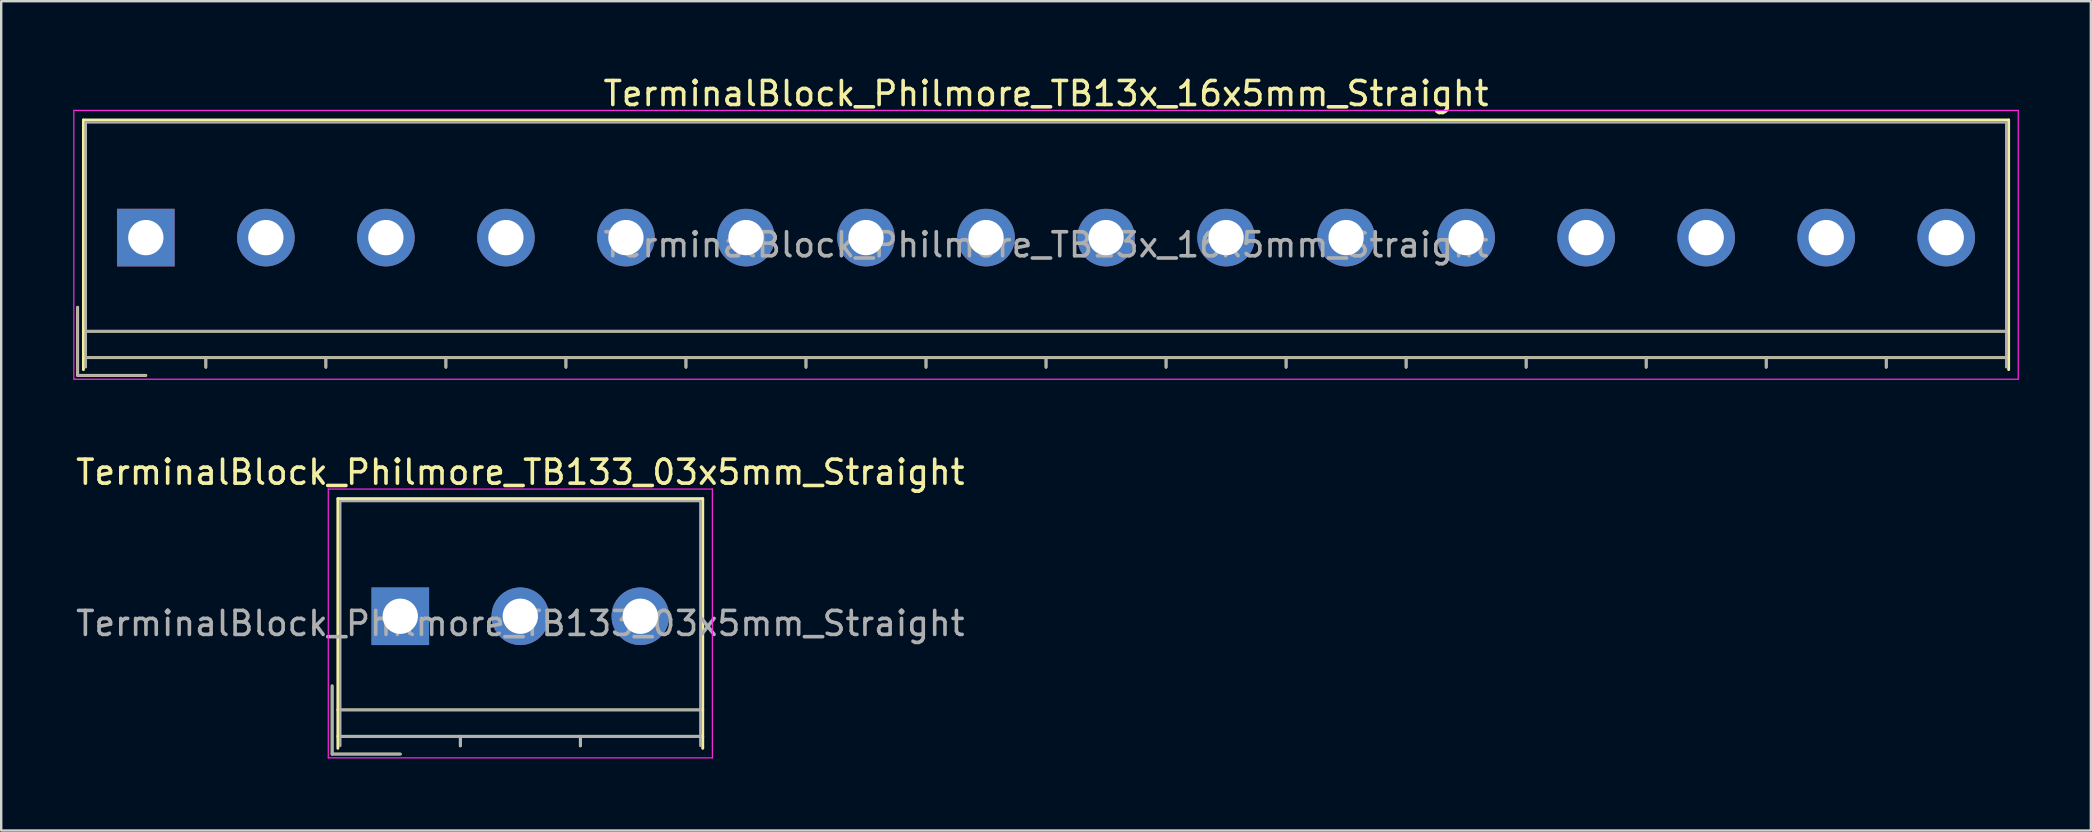
<source format=kicad_pcb>
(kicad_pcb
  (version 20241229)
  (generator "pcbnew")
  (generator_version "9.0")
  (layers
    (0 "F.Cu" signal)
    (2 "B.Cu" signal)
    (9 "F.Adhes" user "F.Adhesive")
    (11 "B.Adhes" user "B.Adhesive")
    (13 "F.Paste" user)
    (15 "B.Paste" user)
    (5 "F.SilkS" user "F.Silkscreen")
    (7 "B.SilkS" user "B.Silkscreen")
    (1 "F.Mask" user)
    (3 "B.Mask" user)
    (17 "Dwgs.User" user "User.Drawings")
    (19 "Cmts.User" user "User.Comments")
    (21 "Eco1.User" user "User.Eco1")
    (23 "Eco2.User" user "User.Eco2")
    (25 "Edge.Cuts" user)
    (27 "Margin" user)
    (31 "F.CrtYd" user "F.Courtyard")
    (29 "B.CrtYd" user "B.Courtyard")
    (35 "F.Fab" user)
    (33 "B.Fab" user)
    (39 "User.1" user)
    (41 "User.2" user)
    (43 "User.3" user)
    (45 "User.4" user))
  (footprint "TerminalBlock_Philmore_TB133_03x5mm_Straight"
    (layer "F.Cu")
    (at 13.625 22.622)
    (property "Reference" "TerminalBlock_Philmore_TB133_03x5mm_Straight" (at 5 -6 0) (layer "F.SilkS") (effects (font (size 1 1) (thickness 0.15))))
    (attr through_hole)
    (fp_line (start -2.84 2.9) (end -2.84 5.74) (stroke (width 0.12) (type solid)) (layer "F.SilkS"))
    (fp_line (start -2.84 5.74) (end 0 5.74) (stroke (width 0.12) (type solid)) (layer "F.SilkS"))
    (fp_line (start -2.6 -4.9) (end 12.6 -4.9) (stroke (width 0.12) (type solid)) (layer "F.SilkS"))
    (fp_line (start -2.6 3.9) (end 12.6 3.9) (stroke (width 0.12) (type solid)) (layer "F.SilkS"))
    (fp_line (start -2.6 5) (end 12.6 5) (stroke (width 0.12) (type solid)) (layer "F.SilkS"))
    (fp_line (start -2.6 5.5) (end -2.6 -4.9) (stroke (width 0.12) (type solid)) (layer "F.SilkS"))
    (fp_line (start 2.5 5) (end 2.5 5.4) (stroke (width 0.12) (type solid)) (layer "F.SilkS"))
    (fp_line (start 7.5 5) (end 7.5 5.4) (stroke (width 0.12) (type solid)) (layer "F.SilkS"))
    (fp_line (start 12.6 -4.9) (end 12.6 5.5) (stroke (width 0.12) (type solid)) (layer "F.SilkS"))
    (fp_line (start -3 -5.3) (end -3 5.9) (stroke (width 0.05) (type solid)) (layer "F.CrtYd"))
    (fp_line (start -3 5.9) (end 13 5.9) (stroke (width 0.05) (type solid)) (layer "F.CrtYd"))
    (fp_line (start 13 -5.3) (end -3 -5.3) (stroke (width 0.05) (type solid)) (layer "F.CrtYd"))
    (fp_line (start 13 5.9) (end 13 -5.3) (stroke (width 0.05) (type solid)) (layer "F.CrtYd"))
    (fp_line (start -2.84 2.9) (end -2.84 5.74) (stroke (width 0.1) (type solid)) (layer "F.Fab"))
    (fp_line (start -2.84 5.74) (end 0 5.74) (stroke (width 0.1) (type solid)) (layer "F.Fab"))
    (fp_line (start -2.5 -4.8) (end 12.5 -4.8) (stroke (width 0.1) (type solid)) (layer "F.Fab"))
    (fp_line (start -2.5 3.9) (end 12.5 3.9) (stroke (width 0.1) (type solid)) (layer "F.Fab"))
    (fp_line (start -2.5 5) (end 12.5 5) (stroke (width 0.1) (type solid)) (layer "F.Fab"))
    (fp_line (start -2.5 5.4) (end -2.5 -4.8) (stroke (width 0.1) (type solid)) (layer "F.Fab"))
    (fp_line (start 2.5 5) (end 2.5 5.4) (stroke (width 0.1) (type solid)) (layer "F.Fab"))
    (fp_line (start 7.5 5) (end 7.5 5.4) (stroke (width 0.1) (type solid)) (layer "F.Fab"))
    (fp_line (start 12.5 -4.8) (end 12.5 5.4) (stroke (width 0.1) (type solid)) (layer "F.Fab"))
    (fp_text user "${REFERENCE}" (at 5 0.3 0) (layer "F.Fab") (effects (font (size 1 1) (thickness 0.15))))
    (pad "1" thru_hole rect (at 0 0) (size 2.4 2.4) (drill 1.47) (layers "*.Cu" "*.Mask"))
    (pad "2" thru_hole circle (at 5 0) (size 2.4 2.4) (drill 1.47) (layers "*.Cu" "*.Mask"))
    (pad "3" thru_hole circle (at 10 0) (size 2.4 2.4) (drill 1.47) (layers "*.Cu" "*.Mask")))
  (footprint "TerminalBlock_Philmore_TB13x_16x5mm_Straight"
    (layer "F.Cu")
    (at 3.025 6.848)
    (property "Reference" "TerminalBlock_Philmore_TB13x_16x5mm_Straight" (at 37.5 -6 0) (layer "F.SilkS") (effects (font (size 1 1) (thickness 0.15))))
    (attr through_hole)
    (fp_line (start -2.84 2.9) (end -2.84 5.74) (stroke (width 0.12) (type solid)) (layer "F.SilkS"))
    (fp_line (start -2.84 5.74) (end 0 5.74) (stroke (width 0.12) (type solid)) (layer "F.SilkS"))
    (fp_line (start -2.6 -4.9) (end 77.6 -4.9) (stroke (width 0.12) (type solid)) (layer "F.SilkS"))
    (fp_line (start -2.6 3.9) (end 77.6 3.9) (stroke (width 0.12) (type solid)) (layer "F.SilkS"))
    (fp_line (start -2.6 5) (end 77.6 5) (stroke (width 0.12) (type solid)) (layer "F.SilkS"))
    (fp_line (start -2.6 5.5) (end -2.6 -4.9) (stroke (width 0.12) (type solid)) (layer "F.SilkS"))
    (fp_line (start 2.5 5) (end 2.5 5.4) (stroke (width 0.12) (type solid)) (layer "F.SilkS"))
    (fp_line (start 7.5 5) (end 7.5 5.4) (stroke (width 0.12) (type solid)) (layer "F.SilkS"))
    (fp_line (start 12.5 5) (end 12.5 5.4) (stroke (width 0.12) (type solid)) (layer "F.SilkS"))
    (fp_line (start 17.5 5) (end 17.5 5.4) (stroke (width 0.12) (type solid)) (layer "F.SilkS"))
    (fp_line (start 22.5 5) (end 22.5 5.4) (stroke (width 0.12) (type solid)) (layer "F.SilkS"))
    (fp_line (start 27.5 5) (end 27.5 5.4) (stroke (width 0.12) (type solid)) (layer "F.SilkS"))
    (fp_line (start 32.5 5) (end 32.5 5.4) (stroke (width 0.12) (type solid)) (layer "F.SilkS"))
    (fp_line (start 37.5 5) (end 37.5 5.4) (stroke (width 0.12) (type solid)) (layer "F.SilkS"))
    (fp_line (start 42.5 5) (end 42.5 5.4) (stroke (width 0.12) (type solid)) (layer "F.SilkS"))
    (fp_line (start 47.5 5) (end 47.5 5.4) (stroke (width 0.12) (type solid)) (layer "F.SilkS"))
    (fp_line (start 52.5 5) (end 52.5 5.4) (stroke (width 0.12) (type solid)) (layer "F.SilkS"))
    (fp_line (start 57.5 5) (end 57.5 5.4) (stroke (width 0.12) (type solid)) (layer "F.SilkS"))
    (fp_line (start 62.5 5) (end 62.5 5.4) (stroke (width 0.12) (type solid)) (layer "F.SilkS"))
    (fp_line (start 67.5 5) (end 67.5 5.4) (stroke (width 0.12) (type solid)) (layer "F.SilkS"))
    (fp_line (start 72.5 5) (end 72.5 5.4) (stroke (width 0.12) (type solid)) (layer "F.SilkS"))
    (fp_line (start 77.6 -4.9) (end 77.6 5.5) (stroke (width 0.12) (type solid)) (layer "F.SilkS"))
    (fp_line (start -3 -5.3) (end -3 5.9) (stroke (width 0.05) (type solid)) (layer "F.CrtYd"))
    (fp_line (start -3 5.9) (end 78 5.9) (stroke (width 0.05) (type solid)) (layer "F.CrtYd"))
    (fp_line (start 78 -5.3) (end -3 -5.3) (stroke (width 0.05) (type solid)) (layer "F.CrtYd"))
    (fp_line (start 78 5.9) (end 78 -5.3) (stroke (width 0.05) (type solid)) (layer "F.CrtYd"))
    (fp_line (start -2.84 2.9) (end -2.84 5.74) (stroke (width 0.1) (type solid)) (layer "F.Fab"))
    (fp_line (start -2.84 5.74) (end 0 5.74) (stroke (width 0.1) (type solid)) (layer "F.Fab"))
    (fp_line (start -2.5 -4.8) (end 77.5 -4.8) (stroke (width 0.1) (type solid)) (layer "F.Fab"))
    (fp_line (start -2.5 3.9) (end 77.5 3.9) (stroke (width 0.1) (type solid)) (layer "F.Fab"))
    (fp_line (start -2.5 5) (end 77.5 5) (stroke (width 0.1) (type solid)) (layer "F.Fab"))
    (fp_line (start -2.5 5.4) (end -2.5 -4.8) (stroke (width 0.1) (type solid)) (layer "F.Fab"))
    (fp_line (start 2.5 5) (end 2.5 5.4) (stroke (width 0.1) (type solid)) (layer "F.Fab"))
    (fp_line (start 7.5 5) (end 7.5 5.4) (stroke (width 0.1) (type solid)) (layer "F.Fab"))
    (fp_line (start 12.5 5) (end 12.5 5.4) (stroke (width 0.1) (type solid)) (layer "F.Fab"))
    (fp_line (start 17.5 5) (end 17.5 5.4) (stroke (width 0.1) (type solid)) (layer "F.Fab"))
    (fp_line (start 22.5 5) (end 22.5 5.4) (stroke (width 0.1) (type solid)) (layer "F.Fab"))
    (fp_line (start 27.5 5) (end 27.5 5.4) (stroke (width 0.1) (type solid)) (layer "F.Fab"))
    (fp_line (start 32.5 5) (end 32.5 5.4) (stroke (width 0.1) (type solid)) (layer "F.Fab"))
    (fp_line (start 37.5 5) (end 37.5 5.4) (stroke (width 0.1) (type solid)) (layer "F.Fab"))
    (fp_line (start 42.5 5) (end 42.5 5.4) (stroke (width 0.1) (type solid)) (layer "F.Fab"))
    (fp_line (start 47.5 5) (end 47.5 5.4) (stroke (width 0.1) (type solid)) (layer "F.Fab"))
    (fp_line (start 52.5 5) (end 52.5 5.4) (stroke (width 0.1) (type solid)) (layer "F.Fab"))
    (fp_line (start 57.5 5) (end 57.5 5.4) (stroke (width 0.1) (type solid)) (layer "F.Fab"))
    (fp_line (start 62.5 5) (end 62.5 5.4) (stroke (width 0.1) (type solid)) (layer "F.Fab"))
    (fp_line (start 67.5 5) (end 67.5 5.4) (stroke (width 0.1) (type solid)) (layer "F.Fab"))
    (fp_line (start 72.5 5) (end 72.5 5.4) (stroke (width 0.1) (type solid)) (layer "F.Fab"))
    (fp_line (start 77.5 -4.8) (end 77.5 5.4) (stroke (width 0.1) (type solid)) (layer "F.Fab"))
    (fp_text user "${REFERENCE}" (at 37.5 0.3 0) (layer "F.Fab") (effects (font (size 1 1) (thickness 0.15))))
    (pad "1" thru_hole rect (at 0 0) (size 2.4 2.4) (drill 1.47) (layers "*.Cu" "*.Mask"))
    (pad "2" thru_hole circle (at 5 0) (size 2.4 2.4) (drill 1.47) (layers "*.Cu" "*.Mask"))
    (pad "3" thru_hole circle (at 10 0) (size 2.4 2.4) (drill 1.47) (layers "*.Cu" "*.Mask"))
    (pad "4" thru_hole circle (at 15 0) (size 2.4 2.4) (drill 1.47) (layers "*.Cu" "*.Mask"))
    (pad "5" thru_hole circle (at 20 0) (size 2.4 2.4) (drill 1.47) (layers "*.Cu" "*.Mask"))
    (pad "6" thru_hole circle (at 25 0) (size 2.4 2.4) (drill 1.47) (layers "*.Cu" "*.Mask"))
    (pad "7" thru_hole circle (at 30 0) (size 2.4 2.4) (drill 1.47) (layers "*.Cu" "*.Mask"))
    (pad "8" thru_hole circle (at 35 0) (size 2.4 2.4) (drill 1.47) (layers "*.Cu" "*.Mask"))
    (pad "9" thru_hole circle (at 40 0) (size 2.4 2.4) (drill 1.47) (layers "*.Cu" "*.Mask"))
    (pad "10" thru_hole circle (at 45 0) (size 2.4 2.4) (drill 1.47) (layers "*.Cu" "*.Mask"))
    (pad "11" thru_hole circle (at 50 0) (size 2.4 2.4) (drill 1.47) (layers "*.Cu" "*.Mask"))
    (pad "12" thru_hole circle (at 55 0) (size 2.4 2.4) (drill 1.47) (layers "*.Cu" "*.Mask"))
    (pad "13" thru_hole circle (at 60 0) (size 2.4 2.4) (drill 1.47) (layers "*.Cu" "*.Mask"))
    (pad "14" thru_hole circle (at 65 0) (size 2.4 2.4) (drill 1.47) (layers "*.Cu" "*.Mask"))
    (pad "15" thru_hole circle (at 70 0) (size 2.4 2.4) (drill 1.47) (layers "*.Cu" "*.Mask"))
    (pad "16" thru_hole circle (at 75 0) (size 2.4 2.4) (drill 1.47) (layers "*.Cu" "*.Mask")))
  (gr_rect
    (start -3 -3)
    (end 84.05 31.547)
    (stroke (width 0.1) (type default))
    (fill no)
    (layer "Edge.Cuts")))
</source>
